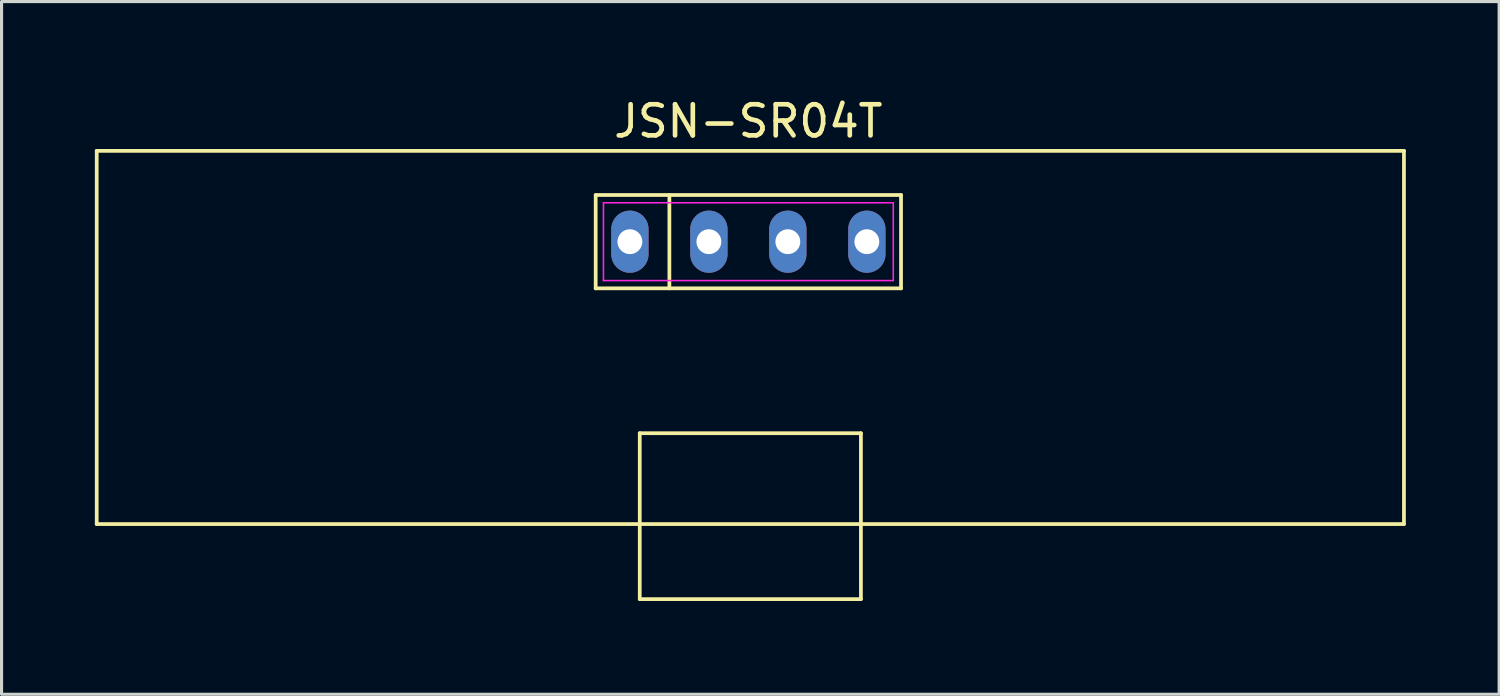
<source format=kicad_pcb>
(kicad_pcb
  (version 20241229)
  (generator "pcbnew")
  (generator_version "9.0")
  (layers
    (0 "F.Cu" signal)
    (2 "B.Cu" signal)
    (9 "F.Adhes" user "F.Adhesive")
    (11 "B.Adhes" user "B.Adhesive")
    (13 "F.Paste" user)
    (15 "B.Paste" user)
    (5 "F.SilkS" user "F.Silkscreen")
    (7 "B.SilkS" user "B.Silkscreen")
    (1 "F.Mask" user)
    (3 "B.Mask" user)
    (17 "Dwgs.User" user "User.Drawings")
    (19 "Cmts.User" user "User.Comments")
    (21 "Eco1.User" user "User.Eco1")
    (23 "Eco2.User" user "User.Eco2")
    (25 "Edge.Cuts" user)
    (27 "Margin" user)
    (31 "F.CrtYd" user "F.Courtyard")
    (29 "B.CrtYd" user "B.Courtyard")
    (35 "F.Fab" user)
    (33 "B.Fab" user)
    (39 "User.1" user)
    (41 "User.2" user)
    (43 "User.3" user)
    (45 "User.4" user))
  (footprint "JSN-SR04T"
    (layer "F.Cu")
    (at 21.078 7.833)
    (property "Reference" "JSN-SR04T" (at -0.064 -6.985 0) (layer "F.SilkS") (effects (font (size 1 1) (thickness 0.15))))
    (attr through_hole)
    (fp_line (start -21.018 -6.032) (end 21.018 -6.032) (stroke (width 0.12) (type solid)) (layer "F.SilkS"))
    (fp_line (start -21.018 5.969) (end -21.018 -6.032) (stroke (width 0.12) (type solid)) (layer "F.SilkS"))
    (fp_line (start -4.973 -4.612) (end 4.846 -4.612) (stroke (width 0.12) (type solid)) (layer "F.SilkS"))
    (fp_line (start -4.973 -1.611) (end -4.973 -4.612) (stroke (width 0.12) (type solid)) (layer "F.SilkS"))
    (fp_line (start -3.556 3.048) (end 3.556 3.048) (stroke (width 0.12) (type solid)) (layer "F.SilkS"))
    (fp_line (start -3.556 8.382) (end -3.556 3.048) (stroke (width 0.12) (type solid)) (layer "F.SilkS"))
    (fp_line (start -2.603 -4.612) (end -2.603 -1.611) (stroke (width 0.12) (type solid)) (layer "F.SilkS"))
    (fp_line (start 3.556 3.048) (end 3.556 8.382) (stroke (width 0.12) (type solid)) (layer "F.SilkS"))
    (fp_line (start 3.556 8.382) (end -3.556 8.382) (stroke (width 0.12) (type solid)) (layer "F.SilkS"))
    (fp_line (start 4.846 -4.612) (end 4.846 -1.611) (stroke (width 0.12) (type solid)) (layer "F.SilkS"))
    (fp_line (start 4.846 -1.611) (end -4.973 -1.611) (stroke (width 0.12) (type solid)) (layer "F.SilkS"))
    (fp_line (start 21.018 -6.032) (end 21.018 5.969) (stroke (width 0.12) (type solid)) (layer "F.SilkS"))
    (fp_line (start 21.018 5.969) (end -21.018 5.969) (stroke (width 0.12) (type solid)) (layer "F.SilkS"))
    (fp_line (start -4.723 -4.362) (end 4.596 -4.362) (stroke (width 0.05) (type solid)) (layer "F.CrtYd"))
    (fp_line (start -4.723 -1.861) (end -4.723 -4.362) (stroke (width 0.05) (type solid)) (layer "F.CrtYd"))
    (fp_line (start 4.596 -4.362) (end 4.596 -1.861) (stroke (width 0.05) (type solid)) (layer "F.CrtYd"))
    (fp_line (start 4.596 -1.861) (end -4.723 -1.861) (stroke (width 0.05) (type solid)) (layer "F.CrtYd"))
    (pad "1" thru_hole oval (at -3.873 -3.111) (size 1.2 2) (drill 0.8) (layers "*.Cu" "*.Mask"))
    (pad "2" thru_hole oval (at -1.333 -3.111) (size 1.2 2) (drill 0.8) (layers "*.Cu" "*.Mask"))
    (pad "3" thru_hole oval (at 1.206 -3.111) (size 1.2 2) (drill 0.8) (layers "*.Cu" "*.Mask"))
    (pad "4" thru_hole oval (at 3.747 -3.111) (size 1.2 2) (drill 0.8) (layers "*.Cu" "*.Mask")))
  (gr_rect
    (start -3 -3)
    (end 45.157 19.275)
    (stroke (width 0.1) (type default))
    (fill no)
    (layer "Edge.Cuts")))
</source>
